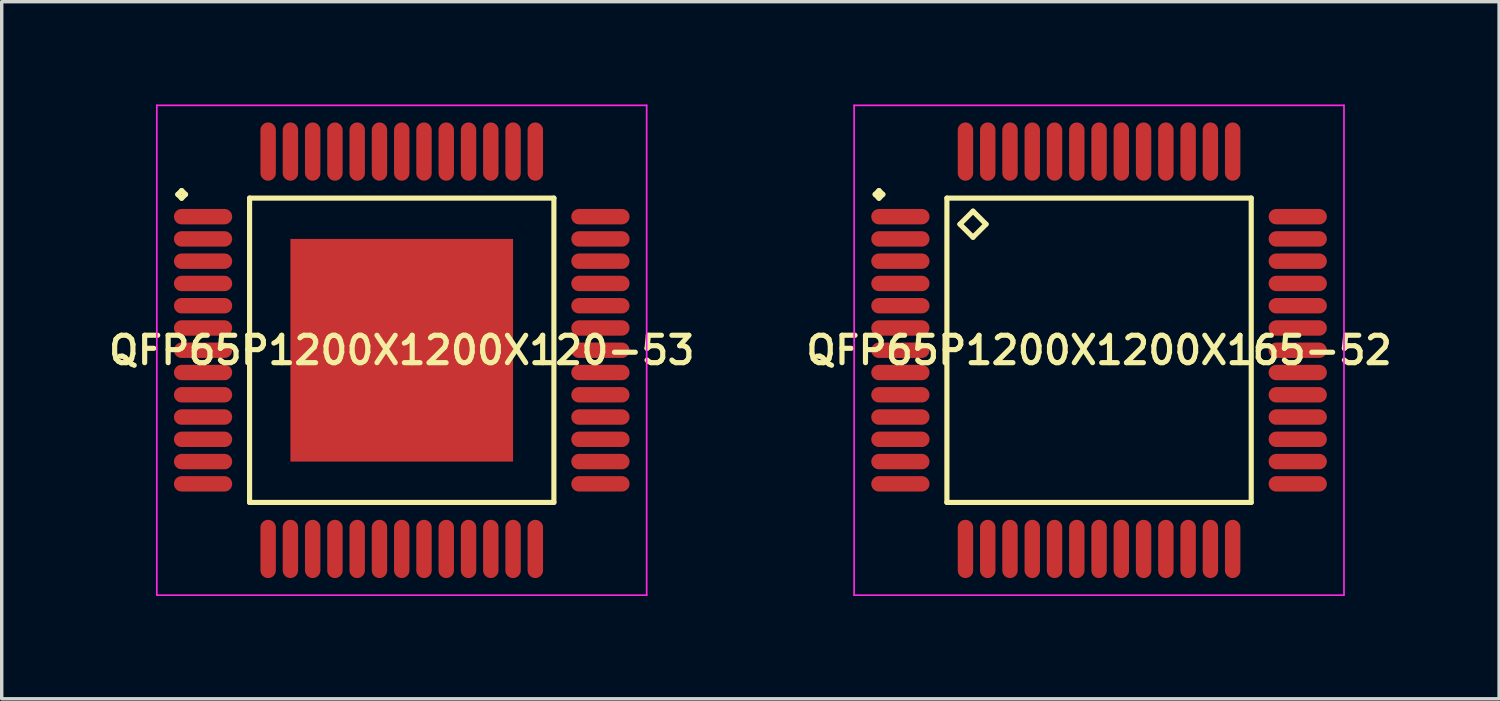
<source format=kicad_pcb>
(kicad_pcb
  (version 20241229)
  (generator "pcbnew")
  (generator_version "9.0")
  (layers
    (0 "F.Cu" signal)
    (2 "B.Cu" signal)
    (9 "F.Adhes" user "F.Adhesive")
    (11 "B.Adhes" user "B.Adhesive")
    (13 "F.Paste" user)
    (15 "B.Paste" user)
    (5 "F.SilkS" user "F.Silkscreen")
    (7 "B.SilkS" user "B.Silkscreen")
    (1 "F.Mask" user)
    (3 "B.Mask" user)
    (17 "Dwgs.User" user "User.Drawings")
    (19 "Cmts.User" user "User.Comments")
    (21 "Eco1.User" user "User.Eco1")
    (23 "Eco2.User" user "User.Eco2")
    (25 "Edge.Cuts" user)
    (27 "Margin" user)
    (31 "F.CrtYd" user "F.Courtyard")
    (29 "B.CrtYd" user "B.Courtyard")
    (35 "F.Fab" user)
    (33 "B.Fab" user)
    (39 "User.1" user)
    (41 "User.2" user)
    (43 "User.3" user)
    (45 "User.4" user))
  (footprint "QFP65P1200X1200X120-53"
    (layer "F.Cu")
    (at 8.678 7.175)
    (property "Reference" "QFP65P1200X1200X120-53" (at 0 0 0) (layer "F.SilkS") (effects (font (size 0.8 0.8) (thickness 0.15))))
    (attr smd)
    (fp_line (start -6.537 -4.55) (end -6.425 -4.662) (stroke (width 0.15) (type solid)) (layer "F.SilkS"))
    (fp_line (start -6.425 -4.662) (end -6.312 -4.55) (stroke (width 0.15) (type solid)) (layer "F.SilkS"))
    (fp_line (start -6.425 -4.438) (end -6.537 -4.55) (stroke (width 0.15) (type solid)) (layer "F.SilkS"))
    (fp_line (start -6.312 -4.55) (end -6.425 -4.438) (stroke (width 0.15) (type solid)) (layer "F.SilkS"))
    (fp_line (start -4.442 -4.442) (end -4.442 4.442) (stroke (width 0.15) (type solid)) (layer "F.SilkS"))
    (fp_line (start -4.442 4.442) (end 4.442 4.442) (stroke (width 0.15) (type solid)) (layer "F.SilkS"))
    (fp_line (start 4.442 -4.442) (end -4.442 -4.442) (stroke (width 0.15) (type solid)) (layer "F.SilkS"))
    (fp_line (start 4.442 4.442) (end 4.442 -4.442) (stroke (width 0.15) (type solid)) (layer "F.SilkS"))
    (fp_line (start -7.15 -7.15) (end 7.15 -7.15) (stroke (width 0.05) (type solid)) (layer "F.CrtYd"))
    (fp_line (start -7.15 7.15) (end -7.15 -7.15) (stroke (width 0.05) (type solid)) (layer "F.CrtYd"))
    (fp_line (start 7.15 -7.15) (end 7.15 7.15) (stroke (width 0.05) (type solid)) (layer "F.CrtYd"))
    (fp_line (start 7.15 7.15) (end -7.15 7.15) (stroke (width 0.05) (type solid)) (layer "F.CrtYd"))
    (pad "1" smd oval (at -5.8 -3.9) (size 1.7 0.45) (layers "F.Cu" "F.Mask" "F.Paste"))
    (pad "2" smd oval (at -5.8 -3.25) (size 1.7 0.45) (layers "F.Cu" "F.Mask" "F.Paste"))
    (pad "3" smd oval (at -5.8 -2.6) (size 1.7 0.45) (layers "F.Cu" "F.Mask" "F.Paste"))
    (pad "4" smd oval (at -5.8 -1.95) (size 1.7 0.45) (layers "F.Cu" "F.Mask" "F.Paste"))
    (pad "5" smd oval (at -5.8 -1.3) (size 1.7 0.45) (layers "F.Cu" "F.Mask" "F.Paste"))
    (pad "6" smd oval (at -5.8 -0.65) (size 1.7 0.45) (layers "F.Cu" "F.Mask" "F.Paste"))
    (pad "7" smd oval (at -5.8 0) (size 1.7 0.45) (layers "F.Cu" "F.Mask" "F.Paste"))
    (pad "8" smd oval (at -5.8 0.65) (size 1.7 0.45) (layers "F.Cu" "F.Mask" "F.Paste"))
    (pad "9" smd oval (at -5.8 1.3) (size 1.7 0.45) (layers "F.Cu" "F.Mask" "F.Paste"))
    (pad "10" smd oval (at -5.8 1.95) (size 1.7 0.45) (layers "F.Cu" "F.Mask" "F.Paste"))
    (pad "11" smd oval (at -5.8 2.6) (size 1.7 0.45) (layers "F.Cu" "F.Mask" "F.Paste"))
    (pad "12" smd oval (at -5.8 3.25) (size 1.7 0.45) (layers "F.Cu" "F.Mask" "F.Paste"))
    (pad "13" smd oval (at -5.8 3.9) (size 1.7 0.45) (layers "F.Cu" "F.Mask" "F.Paste"))
    (pad "14" smd oval (at -3.9 5.8) (size 0.45 1.7) (layers "F.Cu" "F.Mask" "F.Paste"))
    (pad "15" smd oval (at -3.25 5.8) (size 0.45 1.7) (layers "F.Cu" "F.Mask" "F.Paste"))
    (pad "16" smd oval (at -2.6 5.8) (size 0.45 1.7) (layers "F.Cu" "F.Mask" "F.Paste"))
    (pad "17" smd oval (at -1.95 5.8) (size 0.45 1.7) (layers "F.Cu" "F.Mask" "F.Paste"))
    (pad "18" smd oval (at -1.3 5.8) (size 0.45 1.7) (layers "F.Cu" "F.Mask" "F.Paste"))
    (pad "19" smd oval (at -0.65 5.8) (size 0.45 1.7) (layers "F.Cu" "F.Mask" "F.Paste"))
    (pad "20" smd oval (at 0 5.8) (size 0.45 1.7) (layers "F.Cu" "F.Mask" "F.Paste"))
    (pad "21" smd oval (at 0.65 5.8) (size 0.45 1.7) (layers "F.Cu" "F.Mask" "F.Paste"))
    (pad "22" smd oval (at 1.3 5.8) (size 0.45 1.7) (layers "F.Cu" "F.Mask" "F.Paste"))
    (pad "23" smd oval (at 1.95 5.8) (size 0.45 1.7) (layers "F.Cu" "F.Mask" "F.Paste"))
    (pad "24" smd oval (at 2.6 5.8) (size 0.45 1.7) (layers "F.Cu" "F.Mask" "F.Paste"))
    (pad "25" smd oval (at 3.25 5.8) (size 0.45 1.7) (layers "F.Cu" "F.Mask" "F.Paste"))
    (pad "26" smd oval (at 3.9 5.8) (size 0.45 1.7) (layers "F.Cu" "F.Mask" "F.Paste"))
    (pad "27" smd oval (at 5.8 3.9) (size 1.7 0.45) (layers "F.Cu" "F.Mask" "F.Paste"))
    (pad "28" smd oval (at 5.8 3.25) (size 1.7 0.45) (layers "F.Cu" "F.Mask" "F.Paste"))
    (pad "29" smd oval (at 5.8 2.6) (size 1.7 0.45) (layers "F.Cu" "F.Mask" "F.Paste"))
    (pad "30" smd oval (at 5.8 1.95) (size 1.7 0.45) (layers "F.Cu" "F.Mask" "F.Paste"))
    (pad "31" smd oval (at 5.8 1.3) (size 1.7 0.45) (layers "F.Cu" "F.Mask" "F.Paste"))
    (pad "32" smd oval (at 5.8 0.65) (size 1.7 0.45) (layers "F.Cu" "F.Mask" "F.Paste"))
    (pad "33" smd oval (at 5.8 0) (size 1.7 0.45) (layers "F.Cu" "F.Mask" "F.Paste"))
    (pad "34" smd oval (at 5.8 -0.65) (size 1.7 0.45) (layers "F.Cu" "F.Mask" "F.Paste"))
    (pad "35" smd oval (at 5.8 -1.3) (size 1.7 0.45) (layers "F.Cu" "F.Mask" "F.Paste"))
    (pad "36" smd oval (at 5.8 -1.95) (size 1.7 0.45) (layers "F.Cu" "F.Mask" "F.Paste"))
    (pad "37" smd oval (at 5.8 -2.6) (size 1.7 0.45) (layers "F.Cu" "F.Mask" "F.Paste"))
    (pad "38" smd oval (at 5.8 -3.25) (size 1.7 0.45) (layers "F.Cu" "F.Mask" "F.Paste"))
    (pad "39" smd oval (at 5.8 -3.9) (size 1.7 0.45) (layers "F.Cu" "F.Mask" "F.Paste"))
    (pad "40" smd oval (at 3.9 -5.8) (size 0.45 1.7) (layers "F.Cu" "F.Mask" "F.Paste"))
    (pad "41" smd oval (at 3.25 -5.8) (size 0.45 1.7) (layers "F.Cu" "F.Mask" "F.Paste"))
    (pad "42" smd oval (at 2.6 -5.8) (size 0.45 1.7) (layers "F.Cu" "F.Mask" "F.Paste"))
    (pad "43" smd oval (at 1.95 -5.8) (size 0.45 1.7) (layers "F.Cu" "F.Mask" "F.Paste"))
    (pad "44" smd oval (at 1.3 -5.8) (size 0.45 1.7) (layers "F.Cu" "F.Mask" "F.Paste"))
    (pad "45" smd oval (at 0.65 -5.8) (size 0.45 1.7) (layers "F.Cu" "F.Mask" "F.Paste"))
    (pad "46" smd oval (at 0 -5.8) (size 0.45 1.7) (layers "F.Cu" "F.Mask" "F.Paste"))
    (pad "47" smd oval (at -0.65 -5.8) (size 0.45 1.7) (layers "F.Cu" "F.Mask" "F.Paste"))
    (pad "48" smd oval (at -1.3 -5.8) (size 0.45 1.7) (layers "F.Cu" "F.Mask" "F.Paste"))
    (pad "49" smd oval (at -1.95 -5.8) (size 0.45 1.7) (layers "F.Cu" "F.Mask" "F.Paste"))
    (pad "50" smd oval (at -2.6 -5.8) (size 0.45 1.7) (layers "F.Cu" "F.Mask" "F.Paste"))
    (pad "51" smd oval (at -3.25 -5.8) (size 0.45 1.7) (layers "F.Cu" "F.Mask" "F.Paste"))
    (pad "52" smd oval (at -3.9 -5.8) (size 0.45 1.7) (layers "F.Cu" "F.Mask" "F.Paste"))
    (pad "53" smd rect (at 0 0) (size 6.5 6.5) (layers "F.Cu" "F.Mask" "F.Paste")))
  (footprint "QFP65P1200X1200X165-52"
    (layer "F.Cu")
    (at 29.035 7.175)
    (property "Reference" "QFP65P1200X1200X165-52" (at 0 0 0) (layer "F.SilkS") (effects (font (size 0.8 0.8) (thickness 0.15))))
    (attr smd)
    (fp_line (start -6.537 -4.55) (end -6.425 -4.662) (stroke (width 0.15) (type solid)) (layer "F.SilkS"))
    (fp_line (start -6.425 -4.662) (end -6.312 -4.55) (stroke (width 0.15) (type solid)) (layer "F.SilkS"))
    (fp_line (start -6.425 -4.438) (end -6.537 -4.55) (stroke (width 0.15) (type solid)) (layer "F.SilkS"))
    (fp_line (start -6.312 -4.55) (end -6.425 -4.438) (stroke (width 0.15) (type solid)) (layer "F.SilkS"))
    (fp_line (start -4.442 -4.442) (end -4.442 4.442) (stroke (width 0.15) (type solid)) (layer "F.SilkS"))
    (fp_line (start -4.442 4.442) (end 4.442 4.442) (stroke (width 0.15) (type solid)) (layer "F.SilkS"))
    (fp_line (start -4.061 -3.68) (end -3.68 -4.061) (stroke (width 0.15) (type solid)) (layer "F.SilkS"))
    (fp_line (start -3.68 -4.061) (end -3.299 -3.68) (stroke (width 0.15) (type solid)) (layer "F.SilkS"))
    (fp_line (start -3.68 -3.299) (end -4.061 -3.68) (stroke (width 0.15) (type solid)) (layer "F.SilkS"))
    (fp_line (start -3.299 -3.68) (end -3.68 -3.299) (stroke (width 0.15) (type solid)) (layer "F.SilkS"))
    (fp_line (start 4.442 -4.442) (end -4.442 -4.442) (stroke (width 0.15) (type solid)) (layer "F.SilkS"))
    (fp_line (start 4.442 4.442) (end 4.442 -4.442) (stroke (width 0.15) (type solid)) (layer "F.SilkS"))
    (fp_line (start -7.15 -7.15) (end 7.15 -7.15) (stroke (width 0.05) (type solid)) (layer "F.CrtYd"))
    (fp_line (start -7.15 7.15) (end -7.15 -7.15) (stroke (width 0.05) (type solid)) (layer "F.CrtYd"))
    (fp_line (start 7.15 -7.15) (end 7.15 7.15) (stroke (width 0.05) (type solid)) (layer "F.CrtYd"))
    (fp_line (start 7.15 7.15) (end -7.15 7.15) (stroke (width 0.05) (type solid)) (layer "F.CrtYd"))
    (pad "1" smd oval (at -5.8 -3.9) (size 1.7 0.45) (layers "F.Cu" "F.Mask" "F.Paste"))
    (pad "2" smd oval (at -5.8 -3.25) (size 1.7 0.45) (layers "F.Cu" "F.Mask" "F.Paste"))
    (pad "3" smd oval (at -5.8 -2.6) (size 1.7 0.45) (layers "F.Cu" "F.Mask" "F.Paste"))
    (pad "4" smd oval (at -5.8 -1.95) (size 1.7 0.45) (layers "F.Cu" "F.Mask" "F.Paste"))
    (pad "5" smd oval (at -5.8 -1.3) (size 1.7 0.45) (layers "F.Cu" "F.Mask" "F.Paste"))
    (pad "6" smd oval (at -5.8 -0.65) (size 1.7 0.45) (layers "F.Cu" "F.Mask" "F.Paste"))
    (pad "7" smd oval (at -5.8 0) (size 1.7 0.45) (layers "F.Cu" "F.Mask" "F.Paste"))
    (pad "8" smd oval (at -5.8 0.65) (size 1.7 0.45) (layers "F.Cu" "F.Mask" "F.Paste"))
    (pad "9" smd oval (at -5.8 1.3) (size 1.7 0.45) (layers "F.Cu" "F.Mask" "F.Paste"))
    (pad "10" smd oval (at -5.8 1.95) (size 1.7 0.45) (layers "F.Cu" "F.Mask" "F.Paste"))
    (pad "11" smd oval (at -5.8 2.6) (size 1.7 0.45) (layers "F.Cu" "F.Mask" "F.Paste"))
    (pad "12" smd oval (at -5.8 3.25) (size 1.7 0.45) (layers "F.Cu" "F.Mask" "F.Paste"))
    (pad "13" smd oval (at -5.8 3.9) (size 1.7 0.45) (layers "F.Cu" "F.Mask" "F.Paste"))
    (pad "14" smd oval (at -3.9 5.8) (size 0.45 1.7) (layers "F.Cu" "F.Mask" "F.Paste"))
    (pad "15" smd oval (at -3.25 5.8) (size 0.45 1.7) (layers "F.Cu" "F.Mask" "F.Paste"))
    (pad "16" smd oval (at -2.6 5.8) (size 0.45 1.7) (layers "F.Cu" "F.Mask" "F.Paste"))
    (pad "17" smd oval (at -1.95 5.8) (size 0.45 1.7) (layers "F.Cu" "F.Mask" "F.Paste"))
    (pad "18" smd oval (at -1.3 5.8) (size 0.45 1.7) (layers "F.Cu" "F.Mask" "F.Paste"))
    (pad "19" smd oval (at -0.65 5.8) (size 0.45 1.7) (layers "F.Cu" "F.Mask" "F.Paste"))
    (pad "20" smd oval (at 0 5.8) (size 0.45 1.7) (layers "F.Cu" "F.Mask" "F.Paste"))
    (pad "21" smd oval (at 0.65 5.8) (size 0.45 1.7) (layers "F.Cu" "F.Mask" "F.Paste"))
    (pad "22" smd oval (at 1.3 5.8) (size 0.45 1.7) (layers "F.Cu" "F.Mask" "F.Paste"))
    (pad "23" smd oval (at 1.95 5.8) (size 0.45 1.7) (layers "F.Cu" "F.Mask" "F.Paste"))
    (pad "24" smd oval (at 2.6 5.8) (size 0.45 1.7) (layers "F.Cu" "F.Mask" "F.Paste"))
    (pad "25" smd oval (at 3.25 5.8) (size 0.45 1.7) (layers "F.Cu" "F.Mask" "F.Paste"))
    (pad "26" smd oval (at 3.9 5.8) (size 0.45 1.7) (layers "F.Cu" "F.Mask" "F.Paste"))
    (pad "27" smd oval (at 5.8 3.9) (size 1.7 0.45) (layers "F.Cu" "F.Mask" "F.Paste"))
    (pad "28" smd oval (at 5.8 3.25) (size 1.7 0.45) (layers "F.Cu" "F.Mask" "F.Paste"))
    (pad "29" smd oval (at 5.8 2.6) (size 1.7 0.45) (layers "F.Cu" "F.Mask" "F.Paste"))
    (pad "30" smd oval (at 5.8 1.95) (size 1.7 0.45) (layers "F.Cu" "F.Mask" "F.Paste"))
    (pad "31" smd oval (at 5.8 1.3) (size 1.7 0.45) (layers "F.Cu" "F.Mask" "F.Paste"))
    (pad "32" smd oval (at 5.8 0.65) (size 1.7 0.45) (layers "F.Cu" "F.Mask" "F.Paste"))
    (pad "33" smd oval (at 5.8 0) (size 1.7 0.45) (layers "F.Cu" "F.Mask" "F.Paste"))
    (pad "34" smd oval (at 5.8 -0.65) (size 1.7 0.45) (layers "F.Cu" "F.Mask" "F.Paste"))
    (pad "35" smd oval (at 5.8 -1.3) (size 1.7 0.45) (layers "F.Cu" "F.Mask" "F.Paste"))
    (pad "36" smd oval (at 5.8 -1.95) (size 1.7 0.45) (layers "F.Cu" "F.Mask" "F.Paste"))
    (pad "37" smd oval (at 5.8 -2.6) (size 1.7 0.45) (layers "F.Cu" "F.Mask" "F.Paste"))
    (pad "38" smd oval (at 5.8 -3.25) (size 1.7 0.45) (layers "F.Cu" "F.Mask" "F.Paste"))
    (pad "39" smd oval (at 5.8 -3.9) (size 1.7 0.45) (layers "F.Cu" "F.Mask" "F.Paste"))
    (pad "40" smd oval (at 3.9 -5.8) (size 0.45 1.7) (layers "F.Cu" "F.Mask" "F.Paste"))
    (pad "41" smd oval (at 3.25 -5.8) (size 0.45 1.7) (layers "F.Cu" "F.Mask" "F.Paste"))
    (pad "42" smd oval (at 2.6 -5.8) (size 0.45 1.7) (layers "F.Cu" "F.Mask" "F.Paste"))
    (pad "43" smd oval (at 1.95 -5.8) (size 0.45 1.7) (layers "F.Cu" "F.Mask" "F.Paste"))
    (pad "44" smd oval (at 1.3 -5.8) (size 0.45 1.7) (layers "F.Cu" "F.Mask" "F.Paste"))
    (pad "45" smd oval (at 0.65 -5.8) (size 0.45 1.7) (layers "F.Cu" "F.Mask" "F.Paste"))
    (pad "46" smd oval (at 0 -5.8) (size 0.45 1.7) (layers "F.Cu" "F.Mask" "F.Paste"))
    (pad "47" smd oval (at -0.65 -5.8) (size 0.45 1.7) (layers "F.Cu" "F.Mask" "F.Paste"))
    (pad "48" smd oval (at -1.3 -5.8) (size 0.45 1.7) (layers "F.Cu" "F.Mask" "F.Paste"))
    (pad "49" smd oval (at -1.95 -5.8) (size 0.45 1.7) (layers "F.Cu" "F.Mask" "F.Paste"))
    (pad "50" smd oval (at -2.6 -5.8) (size 0.45 1.7) (layers "F.Cu" "F.Mask" "F.Paste"))
    (pad "51" smd oval (at -3.25 -5.8) (size 0.45 1.7) (layers "F.Cu" "F.Mask" "F.Paste"))
    (pad "52" smd oval (at -3.9 -5.8) (size 0.45 1.7) (layers "F.Cu" "F.Mask" "F.Paste")))
  (gr_rect
    (start -3 -3)
    (end 40.713 17.35)
    (stroke (width 0.1) (type default))
    (fill no)
    (layer "Edge.Cuts")))
</source>
